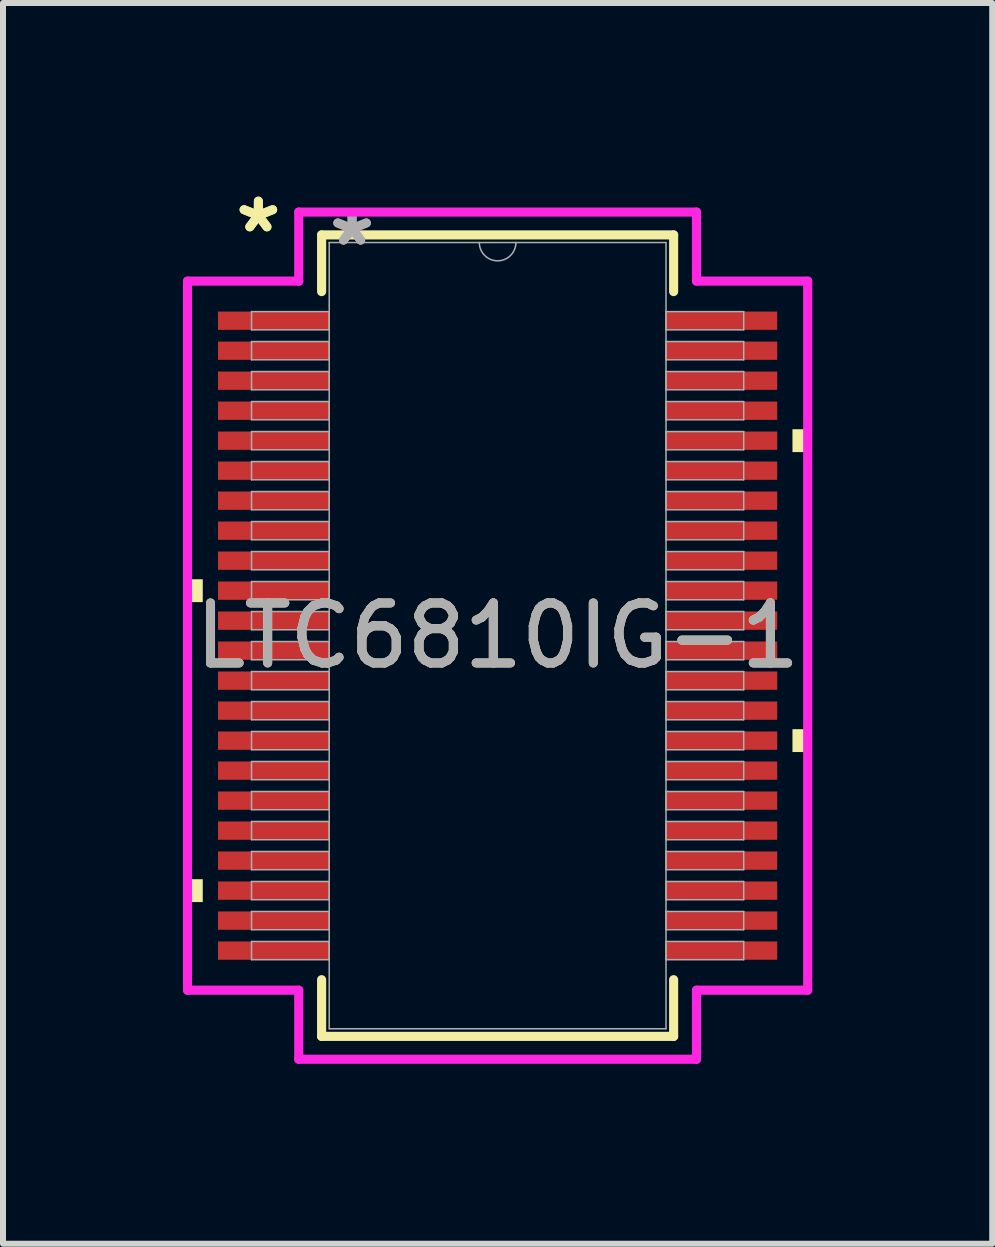
<source format=kicad_pcb>
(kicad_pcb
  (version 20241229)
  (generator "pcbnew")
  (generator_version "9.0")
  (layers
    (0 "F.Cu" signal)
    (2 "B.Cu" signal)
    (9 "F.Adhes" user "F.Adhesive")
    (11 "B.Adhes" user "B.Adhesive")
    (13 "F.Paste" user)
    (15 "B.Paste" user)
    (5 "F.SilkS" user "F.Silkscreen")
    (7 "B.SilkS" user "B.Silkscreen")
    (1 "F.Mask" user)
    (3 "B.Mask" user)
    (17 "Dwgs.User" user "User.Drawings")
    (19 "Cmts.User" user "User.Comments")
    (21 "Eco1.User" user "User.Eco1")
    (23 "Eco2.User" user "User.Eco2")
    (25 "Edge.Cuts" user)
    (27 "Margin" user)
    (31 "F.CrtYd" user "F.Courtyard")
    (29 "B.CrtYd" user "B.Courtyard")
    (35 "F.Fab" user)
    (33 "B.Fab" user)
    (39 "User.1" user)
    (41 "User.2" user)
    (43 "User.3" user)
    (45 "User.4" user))
  (footprint "LTC6810IG-1"
    (layer "F.Cu")
    (at 5.245 7.546)
    (property "Reference" "LTC6810IG-1" (at 0 0 0) (unlocked yes) (layer "F.SilkS") (effects (font (size 1 1) (thickness 0.15))))
    (attr smd)
    (fp_line (start -2.934 -6.68) (end -2.934 -5.735) (stroke (width 0.152) (type solid)) (layer "F.SilkS"))
    (fp_line (start -2.934 5.735) (end -2.934 6.68) (stroke (width 0.152) (type solid)) (layer "F.SilkS"))
    (fp_line (start -2.934 6.68) (end 2.934 6.68) (stroke (width 0.152) (type solid)) (layer "F.SilkS"))
    (fp_line (start 2.934 -6.68) (end -2.934 -6.68) (stroke (width 0.152) (type solid)) (layer "F.SilkS"))
    (fp_line (start 2.934 -5.735) (end 2.934 -6.68) (stroke (width 0.152) (type solid)) (layer "F.SilkS"))
    (fp_line (start 2.934 6.68) (end 2.934 5.735) (stroke (width 0.152) (type solid)) (layer "F.SilkS"))
    (fp_poly (pts (xy -5.169 -0.94) (xy -5.169 -0.559) (xy -4.915 -0.559) (xy -4.915 -0.94)) (stroke (width 0) (type solid)) (fill yes) (layer "F.SilkS"))
    (fp_poly (pts (xy -5.169 4.06) (xy -5.169 4.441) (xy -4.915 4.441) (xy -4.915 4.06)) (stroke (width 0) (type solid)) (fill yes) (layer "F.SilkS"))
    (fp_poly (pts (xy 5.169 -3.441) (xy 5.169 -3.06) (xy 4.915 -3.06) (xy 4.915 -3.441)) (stroke (width 0) (type solid)) (fill yes) (layer "F.SilkS"))
    (fp_poly (pts (xy 5.169 1.559) (xy 5.169 1.94) (xy 4.915 1.94) (xy 4.915 1.559)) (stroke (width 0) (type solid)) (fill yes) (layer "F.SilkS"))
    (fp_line (start -5.169 -5.91) (end -3.315 -5.91) (stroke (width 0.152) (type solid)) (layer "F.CrtYd"))
    (fp_line (start -5.169 5.91) (end -5.169 -5.91) (stroke (width 0.152) (type solid)) (layer "F.CrtYd"))
    (fp_line (start -5.169 5.91) (end -3.315 5.91) (stroke (width 0.152) (type solid)) (layer "F.CrtYd"))
    (fp_line (start -3.315 -7.061) (end 3.315 -7.061) (stroke (width 0.152) (type solid)) (layer "F.CrtYd"))
    (fp_line (start -3.315 -5.91) (end -3.315 -7.061) (stroke (width 0.152) (type solid)) (layer "F.CrtYd"))
    (fp_line (start -3.315 7.061) (end -3.315 5.91) (stroke (width 0.152) (type solid)) (layer "F.CrtYd"))
    (fp_line (start 3.315 -7.061) (end 3.315 -5.91) (stroke (width 0.152) (type solid)) (layer "F.CrtYd"))
    (fp_line (start 3.315 5.91) (end 3.315 7.061) (stroke (width 0.152) (type solid)) (layer "F.CrtYd"))
    (fp_line (start 3.315 7.061) (end -3.315 7.061) (stroke (width 0.152) (type solid)) (layer "F.CrtYd"))
    (fp_line (start 5.169 -5.91) (end 3.315 -5.91) (stroke (width 0.152) (type solid)) (layer "F.CrtYd"))
    (fp_line (start 5.169 -5.91) (end 5.169 5.91) (stroke (width 0.152) (type solid)) (layer "F.CrtYd"))
    (fp_line (start 5.169 5.91) (end 3.315 5.91) (stroke (width 0.152) (type solid)) (layer "F.CrtYd"))
    (fp_line (start -4.102 -5.402) (end -4.102 -5.098) (stroke (width 0.025) (type solid)) (layer "F.Fab"))
    (fp_line (start -4.102 -5.098) (end -2.807 -5.098) (stroke (width 0.025) (type solid)) (layer "F.Fab"))
    (fp_line (start -4.102 -4.902) (end -4.102 -4.598) (stroke (width 0.025) (type solid)) (layer "F.Fab"))
    (fp_line (start -4.102 -4.598) (end -2.807 -4.598) (stroke (width 0.025) (type solid)) (layer "F.Fab"))
    (fp_line (start -4.102 -4.402) (end -4.102 -4.098) (stroke (width 0.025) (type solid)) (layer "F.Fab"))
    (fp_line (start -4.102 -4.098) (end -2.807 -4.098) (stroke (width 0.025) (type solid)) (layer "F.Fab"))
    (fp_line (start -4.102 -3.902) (end -4.102 -3.598) (stroke (width 0.025) (type solid)) (layer "F.Fab"))
    (fp_line (start -4.102 -3.598) (end -2.807 -3.598) (stroke (width 0.025) (type solid)) (layer "F.Fab"))
    (fp_line (start -4.102 -3.402) (end -4.102 -3.098) (stroke (width 0.025) (type solid)) (layer "F.Fab"))
    (fp_line (start -4.102 -3.098) (end -2.807 -3.098) (stroke (width 0.025) (type solid)) (layer "F.Fab"))
    (fp_line (start -4.102 -2.902) (end -4.102 -2.598) (stroke (width 0.025) (type solid)) (layer "F.Fab"))
    (fp_line (start -4.102 -2.598) (end -2.807 -2.598) (stroke (width 0.025) (type solid)) (layer "F.Fab"))
    (fp_line (start -4.102 -2.402) (end -4.102 -2.098) (stroke (width 0.025) (type solid)) (layer "F.Fab"))
    (fp_line (start -4.102 -2.098) (end -2.807 -2.098) (stroke (width 0.025) (type solid)) (layer "F.Fab"))
    (fp_line (start -4.102 -1.902) (end -4.102 -1.598) (stroke (width 0.025) (type solid)) (layer "F.Fab"))
    (fp_line (start -4.102 -1.598) (end -2.807 -1.598) (stroke (width 0.025) (type solid)) (layer "F.Fab"))
    (fp_line (start -4.102 -1.402) (end -4.102 -1.098) (stroke (width 0.025) (type solid)) (layer "F.Fab"))
    (fp_line (start -4.102 -1.098) (end -2.807 -1.098) (stroke (width 0.025) (type solid)) (layer "F.Fab"))
    (fp_line (start -4.102 -0.902) (end -4.102 -0.598) (stroke (width 0.025) (type solid)) (layer "F.Fab"))
    (fp_line (start -4.102 -0.598) (end -2.807 -0.598) (stroke (width 0.025) (type solid)) (layer "F.Fab"))
    (fp_line (start -4.102 -0.402) (end -4.102 -0.098) (stroke (width 0.025) (type solid)) (layer "F.Fab"))
    (fp_line (start -4.102 -0.098) (end -2.807 -0.098) (stroke (width 0.025) (type solid)) (layer "F.Fab"))
    (fp_line (start -4.102 0.098) (end -4.102 0.402) (stroke (width 0.025) (type solid)) (layer "F.Fab"))
    (fp_line (start -4.102 0.402) (end -2.807 0.402) (stroke (width 0.025) (type solid)) (layer "F.Fab"))
    (fp_line (start -4.102 0.598) (end -4.102 0.902) (stroke (width 0.025) (type solid)) (layer "F.Fab"))
    (fp_line (start -4.102 0.902) (end -2.807 0.902) (stroke (width 0.025) (type solid)) (layer "F.Fab"))
    (fp_line (start -4.102 1.098) (end -4.102 1.402) (stroke (width 0.025) (type solid)) (layer "F.Fab"))
    (fp_line (start -4.102 1.402) (end -2.807 1.402) (stroke (width 0.025) (type solid)) (layer "F.Fab"))
    (fp_line (start -4.102 1.598) (end -4.102 1.902) (stroke (width 0.025) (type solid)) (layer "F.Fab"))
    (fp_line (start -4.102 1.902) (end -2.807 1.902) (stroke (width 0.025) (type solid)) (layer "F.Fab"))
    (fp_line (start -4.102 2.098) (end -4.102 2.402) (stroke (width 0.025) (type solid)) (layer "F.Fab"))
    (fp_line (start -4.102 2.402) (end -2.807 2.402) (stroke (width 0.025) (type solid)) (layer "F.Fab"))
    (fp_line (start -4.102 2.598) (end -4.102 2.902) (stroke (width 0.025) (type solid)) (layer "F.Fab"))
    (fp_line (start -4.102 2.902) (end -2.807 2.902) (stroke (width 0.025) (type solid)) (layer "F.Fab"))
    (fp_line (start -4.102 3.098) (end -4.102 3.402) (stroke (width 0.025) (type solid)) (layer "F.Fab"))
    (fp_line (start -4.102 3.402) (end -2.807 3.402) (stroke (width 0.025) (type solid)) (layer "F.Fab"))
    (fp_line (start -4.102 3.598) (end -4.102 3.902) (stroke (width 0.025) (type solid)) (layer "F.Fab"))
    (fp_line (start -4.102 3.902) (end -2.807 3.902) (stroke (width 0.025) (type solid)) (layer "F.Fab"))
    (fp_line (start -4.102 4.098) (end -4.102 4.402) (stroke (width 0.025) (type solid)) (layer "F.Fab"))
    (fp_line (start -4.102 4.402) (end -2.807 4.402) (stroke (width 0.025) (type solid)) (layer "F.Fab"))
    (fp_line (start -4.102 4.598) (end -4.102 4.902) (stroke (width 0.025) (type solid)) (layer "F.Fab"))
    (fp_line (start -4.102 4.902) (end -2.807 4.902) (stroke (width 0.025) (type solid)) (layer "F.Fab"))
    (fp_line (start -4.102 5.098) (end -4.102 5.402) (stroke (width 0.025) (type solid)) (layer "F.Fab"))
    (fp_line (start -4.102 5.402) (end -2.807 5.402) (stroke (width 0.025) (type solid)) (layer "F.Fab"))
    (fp_line (start -2.807 -6.553) (end -2.807 6.553) (stroke (width 0.025) (type solid)) (layer "F.Fab"))
    (fp_line (start -2.807 -5.402) (end -4.102 -5.402) (stroke (width 0.025) (type solid)) (layer "F.Fab"))
    (fp_line (start -2.807 -5.098) (end -2.807 -5.402) (stroke (width 0.025) (type solid)) (layer "F.Fab"))
    (fp_line (start -2.807 -4.902) (end -4.102 -4.902) (stroke (width 0.025) (type solid)) (layer "F.Fab"))
    (fp_line (start -2.807 -4.598) (end -2.807 -4.902) (stroke (width 0.025) (type solid)) (layer "F.Fab"))
    (fp_line (start -2.807 -4.402) (end -4.102 -4.402) (stroke (width 0.025) (type solid)) (layer "F.Fab"))
    (fp_line (start -2.807 -4.098) (end -2.807 -4.402) (stroke (width 0.025) (type solid)) (layer "F.Fab"))
    (fp_line (start -2.807 -3.902) (end -4.102 -3.902) (stroke (width 0.025) (type solid)) (layer "F.Fab"))
    (fp_line (start -2.807 -3.598) (end -2.807 -3.902) (stroke (width 0.025) (type solid)) (layer "F.Fab"))
    (fp_line (start -2.807 -3.402) (end -4.102 -3.402) (stroke (width 0.025) (type solid)) (layer "F.Fab"))
    (fp_line (start -2.807 -3.098) (end -2.807 -3.402) (stroke (width 0.025) (type solid)) (layer "F.Fab"))
    (fp_line (start -2.807 -2.902) (end -4.102 -2.902) (stroke (width 0.025) (type solid)) (layer "F.Fab"))
    (fp_line (start -2.807 -2.598) (end -2.807 -2.902) (stroke (width 0.025) (type solid)) (layer "F.Fab"))
    (fp_line (start -2.807 -2.402) (end -4.102 -2.402) (stroke (width 0.025) (type solid)) (layer "F.Fab"))
    (fp_line (start -2.807 -2.098) (end -2.807 -2.402) (stroke (width 0.025) (type solid)) (layer "F.Fab"))
    (fp_line (start -2.807 -1.902) (end -4.102 -1.902) (stroke (width 0.025) (type solid)) (layer "F.Fab"))
    (fp_line (start -2.807 -1.598) (end -2.807 -1.902) (stroke (width 0.025) (type solid)) (layer "F.Fab"))
    (fp_line (start -2.807 -1.402) (end -4.102 -1.402) (stroke (width 0.025) (type solid)) (layer "F.Fab"))
    (fp_line (start -2.807 -1.098) (end -2.807 -1.402) (stroke (width 0.025) (type solid)) (layer "F.Fab"))
    (fp_line (start -2.807 -0.902) (end -4.102 -0.902) (stroke (width 0.025) (type solid)) (layer "F.Fab"))
    (fp_line (start -2.807 -0.598) (end -2.807 -0.902) (stroke (width 0.025) (type solid)) (layer "F.Fab"))
    (fp_line (start -2.807 -0.402) (end -4.102 -0.402) (stroke (width 0.025) (type solid)) (layer "F.Fab"))
    (fp_line (start -2.807 -0.098) (end -2.807 -0.402) (stroke (width 0.025) (type solid)) (layer "F.Fab"))
    (fp_line (start -2.807 0.098) (end -4.102 0.098) (stroke (width 0.025) (type solid)) (layer "F.Fab"))
    (fp_line (start -2.807 0.402) (end -2.807 0.098) (stroke (width 0.025) (type solid)) (layer "F.Fab"))
    (fp_line (start -2.807 0.598) (end -4.102 0.598) (stroke (width 0.025) (type solid)) (layer "F.Fab"))
    (fp_line (start -2.807 0.902) (end -2.807 0.598) (stroke (width 0.025) (type solid)) (layer "F.Fab"))
    (fp_line (start -2.807 1.098) (end -4.102 1.098) (stroke (width 0.025) (type solid)) (layer "F.Fab"))
    (fp_line (start -2.807 1.402) (end -2.807 1.098) (stroke (width 0.025) (type solid)) (layer "F.Fab"))
    (fp_line (start -2.807 1.598) (end -4.102 1.598) (stroke (width 0.025) (type solid)) (layer "F.Fab"))
    (fp_line (start -2.807 1.902) (end -2.807 1.598) (stroke (width 0.025) (type solid)) (layer "F.Fab"))
    (fp_line (start -2.807 2.098) (end -4.102 2.098) (stroke (width 0.025) (type solid)) (layer "F.Fab"))
    (fp_line (start -2.807 2.402) (end -2.807 2.098) (stroke (width 0.025) (type solid)) (layer "F.Fab"))
    (fp_line (start -2.807 2.598) (end -4.102 2.598) (stroke (width 0.025) (type solid)) (layer "F.Fab"))
    (fp_line (start -2.807 2.902) (end -2.807 2.598) (stroke (width 0.025) (type solid)) (layer "F.Fab"))
    (fp_line (start -2.807 3.098) (end -4.102 3.098) (stroke (width 0.025) (type solid)) (layer "F.Fab"))
    (fp_line (start -2.807 3.402) (end -2.807 3.098) (stroke (width 0.025) (type solid)) (layer "F.Fab"))
    (fp_line (start -2.807 3.598) (end -4.102 3.598) (stroke (width 0.025) (type solid)) (layer "F.Fab"))
    (fp_line (start -2.807 3.902) (end -2.807 3.598) (stroke (width 0.025) (type solid)) (layer "F.Fab"))
    (fp_line (start -2.807 4.098) (end -4.102 4.098) (stroke (width 0.025) (type solid)) (layer "F.Fab"))
    (fp_line (start -2.807 4.402) (end -2.807 4.098) (stroke (width 0.025) (type solid)) (layer "F.Fab"))
    (fp_line (start -2.807 4.598) (end -4.102 4.598) (stroke (width 0.025) (type solid)) (layer "F.Fab"))
    (fp_line (start -2.807 4.902) (end -2.807 4.598) (stroke (width 0.025) (type solid)) (layer "F.Fab"))
    (fp_line (start -2.807 5.098) (end -4.102 5.098) (stroke (width 0.025) (type solid)) (layer "F.Fab"))
    (fp_line (start -2.807 5.402) (end -2.807 5.098) (stroke (width 0.025) (type solid)) (layer "F.Fab"))
    (fp_line (start -2.807 6.553) (end 2.807 6.553) (stroke (width 0.025) (type solid)) (layer "F.Fab"))
    (fp_line (start 2.807 -6.553) (end -2.807 -6.553) (stroke (width 0.025) (type solid)) (layer "F.Fab"))
    (fp_line (start 2.807 -5.402) (end 2.807 -5.098) (stroke (width 0.025) (type solid)) (layer "F.Fab"))
    (fp_line (start 2.807 -5.098) (end 4.102 -5.098) (stroke (width 0.025) (type solid)) (layer "F.Fab"))
    (fp_line (start 2.807 -4.902) (end 2.807 -4.598) (stroke (width 0.025) (type solid)) (layer "F.Fab"))
    (fp_line (start 2.807 -4.598) (end 4.102 -4.598) (stroke (width 0.025) (type solid)) (layer "F.Fab"))
    (fp_line (start 2.807 -4.402) (end 2.807 -4.098) (stroke (width 0.025) (type solid)) (layer "F.Fab"))
    (fp_line (start 2.807 -4.098) (end 4.102 -4.098) (stroke (width 0.025) (type solid)) (layer "F.Fab"))
    (fp_line (start 2.807 -3.902) (end 2.807 -3.598) (stroke (width 0.025) (type solid)) (layer "F.Fab"))
    (fp_line (start 2.807 -3.598) (end 4.102 -3.598) (stroke (width 0.025) (type solid)) (layer "F.Fab"))
    (fp_line (start 2.807 -3.402) (end 2.807 -3.098) (stroke (width 0.025) (type solid)) (layer "F.Fab"))
    (fp_line (start 2.807 -3.098) (end 4.102 -3.098) (stroke (width 0.025) (type solid)) (layer "F.Fab"))
    (fp_line (start 2.807 -2.902) (end 2.807 -2.598) (stroke (width 0.025) (type solid)) (layer "F.Fab"))
    (fp_line (start 2.807 -2.598) (end 4.102 -2.598) (stroke (width 0.025) (type solid)) (layer "F.Fab"))
    (fp_line (start 2.807 -2.402) (end 2.807 -2.098) (stroke (width 0.025) (type solid)) (layer "F.Fab"))
    (fp_line (start 2.807 -2.098) (end 4.102 -2.098) (stroke (width 0.025) (type solid)) (layer "F.Fab"))
    (fp_line (start 2.807 -1.902) (end 2.807 -1.598) (stroke (width 0.025) (type solid)) (layer "F.Fab"))
    (fp_line (start 2.807 -1.598) (end 4.102 -1.598) (stroke (width 0.025) (type solid)) (layer "F.Fab"))
    (fp_line (start 2.807 -1.402) (end 2.807 -1.098) (stroke (width 0.025) (type solid)) (layer "F.Fab"))
    (fp_line (start 2.807 -1.098) (end 4.102 -1.098) (stroke (width 0.025) (type solid)) (layer "F.Fab"))
    (fp_line (start 2.807 -0.902) (end 2.807 -0.598) (stroke (width 0.025) (type solid)) (layer "F.Fab"))
    (fp_line (start 2.807 -0.598) (end 4.102 -0.598) (stroke (width 0.025) (type solid)) (layer "F.Fab"))
    (fp_line (start 2.807 -0.402) (end 2.807 -0.098) (stroke (width 0.025) (type solid)) (layer "F.Fab"))
    (fp_line (start 2.807 -0.098) (end 4.102 -0.098) (stroke (width 0.025) (type solid)) (layer "F.Fab"))
    (fp_line (start 2.807 0.098) (end 2.807 0.402) (stroke (width 0.025) (type solid)) (layer "F.Fab"))
    (fp_line (start 2.807 0.402) (end 4.102 0.402) (stroke (width 0.025) (type solid)) (layer "F.Fab"))
    (fp_line (start 2.807 0.598) (end 2.807 0.902) (stroke (width 0.025) (type solid)) (layer "F.Fab"))
    (fp_line (start 2.807 0.902) (end 4.102 0.902) (stroke (width 0.025) (type solid)) (layer "F.Fab"))
    (fp_line (start 2.807 1.098) (end 2.807 1.402) (stroke (width 0.025) (type solid)) (layer "F.Fab"))
    (fp_line (start 2.807 1.402) (end 4.102 1.402) (stroke (width 0.025) (type solid)) (layer "F.Fab"))
    (fp_line (start 2.807 1.598) (end 2.807 1.902) (stroke (width 0.025) (type solid)) (layer "F.Fab"))
    (fp_line (start 2.807 1.902) (end 4.102 1.902) (stroke (width 0.025) (type solid)) (layer "F.Fab"))
    (fp_line (start 2.807 2.098) (end 2.807 2.402) (stroke (width 0.025) (type solid)) (layer "F.Fab"))
    (fp_line (start 2.807 2.402) (end 4.102 2.402) (stroke (width 0.025) (type solid)) (layer "F.Fab"))
    (fp_line (start 2.807 2.598) (end 2.807 2.902) (stroke (width 0.025) (type solid)) (layer "F.Fab"))
    (fp_line (start 2.807 2.902) (end 4.102 2.902) (stroke (width 0.025) (type solid)) (layer "F.Fab"))
    (fp_line (start 2.807 3.098) (end 2.807 3.402) (stroke (width 0.025) (type solid)) (layer "F.Fab"))
    (fp_line (start 2.807 3.402) (end 4.102 3.402) (stroke (width 0.025) (type solid)) (layer "F.Fab"))
    (fp_line (start 2.807 3.598) (end 2.807 3.902) (stroke (width 0.025) (type solid)) (layer "F.Fab"))
    (fp_line (start 2.807 3.902) (end 4.102 3.902) (stroke (width 0.025) (type solid)) (layer "F.Fab"))
    (fp_line (start 2.807 4.098) (end 2.807 4.402) (stroke (width 0.025) (type solid)) (layer "F.Fab"))
    (fp_line (start 2.807 4.402) (end 4.102 4.402) (stroke (width 0.025) (type solid)) (layer "F.Fab"))
    (fp_line (start 2.807 4.598) (end 2.807 4.902) (stroke (width 0.025) (type solid)) (layer "F.Fab"))
    (fp_line (start 2.807 4.902) (end 4.102 4.902) (stroke (width 0.025) (type solid)) (layer "F.Fab"))
    (fp_line (start 2.807 5.098) (end 2.807 5.402) (stroke (width 0.025) (type solid)) (layer "F.Fab"))
    (fp_line (start 2.807 5.402) (end 4.102 5.402) (stroke (width 0.025) (type solid)) (layer "F.Fab"))
    (fp_line (start 2.807 6.553) (end 2.807 -6.553) (stroke (width 0.025) (type solid)) (layer "F.Fab"))
    (fp_line (start 4.102 -5.402) (end 2.807 -5.402) (stroke (width 0.025) (type solid)) (layer "F.Fab"))
    (fp_line (start 4.102 -5.098) (end 4.102 -5.402) (stroke (width 0.025) (type solid)) (layer "F.Fab"))
    (fp_line (start 4.102 -4.902) (end 2.807 -4.902) (stroke (width 0.025) (type solid)) (layer "F.Fab"))
    (fp_line (start 4.102 -4.598) (end 4.102 -4.902) (stroke (width 0.025) (type solid)) (layer "F.Fab"))
    (fp_line (start 4.102 -4.402) (end 2.807 -4.402) (stroke (width 0.025) (type solid)) (layer "F.Fab"))
    (fp_line (start 4.102 -4.098) (end 4.102 -4.402) (stroke (width 0.025) (type solid)) (layer "F.Fab"))
    (fp_line (start 4.102 -3.902) (end 2.807 -3.902) (stroke (width 0.025) (type solid)) (layer "F.Fab"))
    (fp_line (start 4.102 -3.598) (end 4.102 -3.902) (stroke (width 0.025) (type solid)) (layer "F.Fab"))
    (fp_line (start 4.102 -3.402) (end 2.807 -3.402) (stroke (width 0.025) (type solid)) (layer "F.Fab"))
    (fp_line (start 4.102 -3.098) (end 4.102 -3.402) (stroke (width 0.025) (type solid)) (layer "F.Fab"))
    (fp_line (start 4.102 -2.902) (end 2.807 -2.902) (stroke (width 0.025) (type solid)) (layer "F.Fab"))
    (fp_line (start 4.102 -2.598) (end 4.102 -2.902) (stroke (width 0.025) (type solid)) (layer "F.Fab"))
    (fp_line (start 4.102 -2.402) (end 2.807 -2.402) (stroke (width 0.025) (type solid)) (layer "F.Fab"))
    (fp_line (start 4.102 -2.098) (end 4.102 -2.402) (stroke (width 0.025) (type solid)) (layer "F.Fab"))
    (fp_line (start 4.102 -1.902) (end 2.807 -1.902) (stroke (width 0.025) (type solid)) (layer "F.Fab"))
    (fp_line (start 4.102 -1.598) (end 4.102 -1.902) (stroke (width 0.025) (type solid)) (layer "F.Fab"))
    (fp_line (start 4.102 -1.402) (end 2.807 -1.402) (stroke (width 0.025) (type solid)) (layer "F.Fab"))
    (fp_line (start 4.102 -1.098) (end 4.102 -1.402) (stroke (width 0.025) (type solid)) (layer "F.Fab"))
    (fp_line (start 4.102 -0.902) (end 2.807 -0.902) (stroke (width 0.025) (type solid)) (layer "F.Fab"))
    (fp_line (start 4.102 -0.598) (end 4.102 -0.902) (stroke (width 0.025) (type solid)) (layer "F.Fab"))
    (fp_line (start 4.102 -0.402) (end 2.807 -0.402) (stroke (width 0.025) (type solid)) (layer "F.Fab"))
    (fp_line (start 4.102 -0.098) (end 4.102 -0.402) (stroke (width 0.025) (type solid)) (layer "F.Fab"))
    (fp_line (start 4.102 0.098) (end 2.807 0.098) (stroke (width 0.025) (type solid)) (layer "F.Fab"))
    (fp_line (start 4.102 0.402) (end 4.102 0.098) (stroke (width 0.025) (type solid)) (layer "F.Fab"))
    (fp_line (start 4.102 0.598) (end 2.807 0.598) (stroke (width 0.025) (type solid)) (layer "F.Fab"))
    (fp_line (start 4.102 0.902) (end 4.102 0.598) (stroke (width 0.025) (type solid)) (layer "F.Fab"))
    (fp_line (start 4.102 1.098) (end 2.807 1.098) (stroke (width 0.025) (type solid)) (layer "F.Fab"))
    (fp_line (start 4.102 1.402) (end 4.102 1.098) (stroke (width 0.025) (type solid)) (layer "F.Fab"))
    (fp_line (start 4.102 1.598) (end 2.807 1.598) (stroke (width 0.025) (type solid)) (layer "F.Fab"))
    (fp_line (start 4.102 1.902) (end 4.102 1.598) (stroke (width 0.025) (type solid)) (layer "F.Fab"))
    (fp_line (start 4.102 2.098) (end 2.807 2.098) (stroke (width 0.025) (type solid)) (layer "F.Fab"))
    (fp_line (start 4.102 2.402) (end 4.102 2.098) (stroke (width 0.025) (type solid)) (layer "F.Fab"))
    (fp_line (start 4.102 2.598) (end 2.807 2.598) (stroke (width 0.025) (type solid)) (layer "F.Fab"))
    (fp_line (start 4.102 2.902) (end 4.102 2.598) (stroke (width 0.025) (type solid)) (layer "F.Fab"))
    (fp_line (start 4.102 3.098) (end 2.807 3.098) (stroke (width 0.025) (type solid)) (layer "F.Fab"))
    (fp_line (start 4.102 3.402) (end 4.102 3.098) (stroke (width 0.025) (type solid)) (layer "F.Fab"))
    (fp_line (start 4.102 3.598) (end 2.807 3.598) (stroke (width 0.025) (type solid)) (layer "F.Fab"))
    (fp_line (start 4.102 3.902) (end 4.102 3.598) (stroke (width 0.025) (type solid)) (layer "F.Fab"))
    (fp_line (start 4.102 4.098) (end 2.807 4.098) (stroke (width 0.025) (type solid)) (layer "F.Fab"))
    (fp_line (start 4.102 4.402) (end 4.102 4.098) (stroke (width 0.025) (type solid)) (layer "F.Fab"))
    (fp_line (start 4.102 4.598) (end 2.807 4.598) (stroke (width 0.025) (type solid)) (layer "F.Fab"))
    (fp_line (start 4.102 4.902) (end 4.102 4.598) (stroke (width 0.025) (type solid)) (layer "F.Fab"))
    (fp_line (start 4.102 5.098) (end 2.807 5.098) (stroke (width 0.025) (type solid)) (layer "F.Fab"))
    (fp_line (start 4.102 5.402) (end 4.102 5.098) (stroke (width 0.025) (type solid)) (layer "F.Fab"))
    (fp_arc (start 0.3048 -6.5532) (mid 0 -6.2484) (end -0.3048 -6.5532) (stroke (width 0.0254) (type solid)) (layer "F.Fab"))
    (fp_text user "*" (at -3.988 -6.698 0) (unlocked yes) (layer "F.SilkS") (effects (font (size 1 1) (thickness 0.15))))
    (fp_text user "*" (at -3.988 -6.698 0) (layer "F.SilkS") (effects (font (size 1 1) (thickness 0.15))))
    (fp_text user "*" (at -2.426 -6.477 0) (unlocked yes) (layer "F.Fab") (effects (font (size 1 1) (thickness 0.15))))
    (fp_text user "${REFERENCE}" (at 0 0 0) (unlocked yes) (layer "F.Fab") (effects (font (size 1 1) (thickness 0.15))))
    (fp_text user "*" (at -2.426 -6.477 0) (layer "F.Fab") (effects (font (size 1 1) (thickness 0.15))))
    (pad "1" smd rect (at -3.734 -5.25) (size 1.854 0.305) (layers "F.Cu" "F.Mask" "F.Paste"))
    (pad "2" smd rect (at -3.734 -4.75) (size 1.854 0.305) (layers "F.Cu" "F.Mask" "F.Paste"))
    (pad "3" smd rect (at -3.734 -4.25) (size 1.854 0.305) (layers "F.Cu" "F.Mask" "F.Paste"))
    (pad "4" smd rect (at -3.734 -3.75) (size 1.854 0.305) (layers "F.Cu" "F.Mask" "F.Paste"))
    (pad "5" smd rect (at -3.734 -3.25) (size 1.854 0.305) (layers "F.Cu" "F.Mask" "F.Paste"))
    (pad "6" smd rect (at -3.734 -2.75) (size 1.854 0.305) (layers "F.Cu" "F.Mask" "F.Paste"))
    (pad "7" smd rect (at -3.734 -2.25) (size 1.854 0.305) (layers "F.Cu" "F.Mask" "F.Paste"))
    (pad "8" smd rect (at -3.734 -1.75) (size 1.854 0.305) (layers "F.Cu" "F.Mask" "F.Paste"))
    (pad "9" smd rect (at -3.734 -1.25) (size 1.854 0.305) (layers "F.Cu" "F.Mask" "F.Paste"))
    (pad "10" smd rect (at -3.734 -0.75) (size 1.854 0.305) (layers "F.Cu" "F.Mask" "F.Paste"))
    (pad "11" smd rect (at -3.734 -0.25) (size 1.854 0.305) (layers "F.Cu" "F.Mask" "F.Paste"))
    (pad "12" smd rect (at -3.734 0.25) (size 1.854 0.305) (layers "F.Cu" "F.Mask" "F.Paste"))
    (pad "13" smd rect (at -3.734 0.75) (size 1.854 0.305) (layers "F.Cu" "F.Mask" "F.Paste"))
    (pad "14" smd rect (at -3.734 1.25) (size 1.854 0.305) (layers "F.Cu" "F.Mask" "F.Paste"))
    (pad "15" smd rect (at -3.734 1.75) (size 1.854 0.305) (layers "F.Cu" "F.Mask" "F.Paste"))
    (pad "16" smd rect (at -3.734 2.25) (size 1.854 0.305) (layers "F.Cu" "F.Mask" "F.Paste"))
    (pad "17" smd rect (at -3.734 2.75) (size 1.854 0.305) (layers "F.Cu" "F.Mask" "F.Paste"))
    (pad "18" smd rect (at -3.734 3.25) (size 1.854 0.305) (layers "F.Cu" "F.Mask" "F.Paste"))
    (pad "19" smd rect (at -3.734 3.75) (size 1.854 0.305) (layers "F.Cu" "F.Mask" "F.Paste"))
    (pad "20" smd rect (at -3.734 4.25) (size 1.854 0.305) (layers "F.Cu" "F.Mask" "F.Paste"))
    (pad "21" smd rect (at -3.734 4.75) (size 1.854 0.305) (layers "F.Cu" "F.Mask" "F.Paste"))
    (pad "22" smd rect (at -3.734 5.25) (size 1.854 0.305) (layers "F.Cu" "F.Mask" "F.Paste"))
    (pad "23" smd rect (at 3.734 5.25) (size 1.854 0.305) (layers "F.Cu" "F.Mask" "F.Paste"))
    (pad "24" smd rect (at 3.734 4.75) (size 1.854 0.305) (layers "F.Cu" "F.Mask" "F.Paste"))
    (pad "25" smd rect (at 3.734 4.25) (size 1.854 0.305) (layers "F.Cu" "F.Mask" "F.Paste"))
    (pad "26" smd rect (at 3.734 3.75) (size 1.854 0.305) (layers "F.Cu" "F.Mask" "F.Paste"))
    (pad "27" smd rect (at 3.734 3.25) (size 1.854 0.305) (layers "F.Cu" "F.Mask" "F.Paste"))
    (pad "28" smd rect (at 3.734 2.75) (size 1.854 0.305) (layers "F.Cu" "F.Mask" "F.Paste"))
    (pad "29" smd rect (at 3.734 2.25) (size 1.854 0.305) (layers "F.Cu" "F.Mask" "F.Paste"))
    (pad "30" smd rect (at 3.734 1.75) (size 1.854 0.305) (layers "F.Cu" "F.Mask" "F.Paste"))
    (pad "31" smd rect (at 3.734 1.25) (size 1.854 0.305) (layers "F.Cu" "F.Mask" "F.Paste"))
    (pad "32" smd rect (at 3.734 0.75) (size 1.854 0.305) (layers "F.Cu" "F.Mask" "F.Paste"))
    (pad "33" smd rect (at 3.734 0.25) (size 1.854 0.305) (layers "F.Cu" "F.Mask" "F.Paste"))
    (pad "34" smd rect (at 3.734 -0.25) (size 1.854 0.305) (layers "F.Cu" "F.Mask" "F.Paste"))
    (pad "35" smd rect (at 3.734 -0.75) (size 1.854 0.305) (layers "F.Cu" "F.Mask" "F.Paste"))
    (pad "36" smd rect (at 3.734 -1.25) (size 1.854 0.305) (layers "F.Cu" "F.Mask" "F.Paste"))
    (pad "37" smd rect (at 3.734 -1.75) (size 1.854 0.305) (layers "F.Cu" "F.Mask" "F.Paste"))
    (pad "38" smd rect (at 3.734 -2.25) (size 1.854 0.305) (layers "F.Cu" "F.Mask" "F.Paste"))
    (pad "39" smd rect (at 3.734 -2.75) (size 1.854 0.305) (layers "F.Cu" "F.Mask" "F.Paste"))
    (pad "40" smd rect (at 3.734 -3.25) (size 1.854 0.305) (layers "F.Cu" "F.Mask" "F.Paste"))
    (pad "41" smd rect (at 3.734 -3.75) (size 1.854 0.305) (layers "F.Cu" "F.Mask" "F.Paste"))
    (pad "42" smd rect (at 3.734 -4.25) (size 1.854 0.305) (layers "F.Cu" "F.Mask" "F.Paste"))
    (pad "43" smd rect (at 3.734 -4.75) (size 1.854 0.305) (layers "F.Cu" "F.Mask" "F.Paste"))
    (pad "44" smd rect (at 3.734 -5.25) (size 1.854 0.305) (layers "F.Cu" "F.Mask" "F.Paste")))
  (gr_rect
    (start -3 -3)
    (end 13.49 17.683)
    (stroke (width 0.1) (type default))
    (fill no)
    (layer "Edge.Cuts")))
</source>
